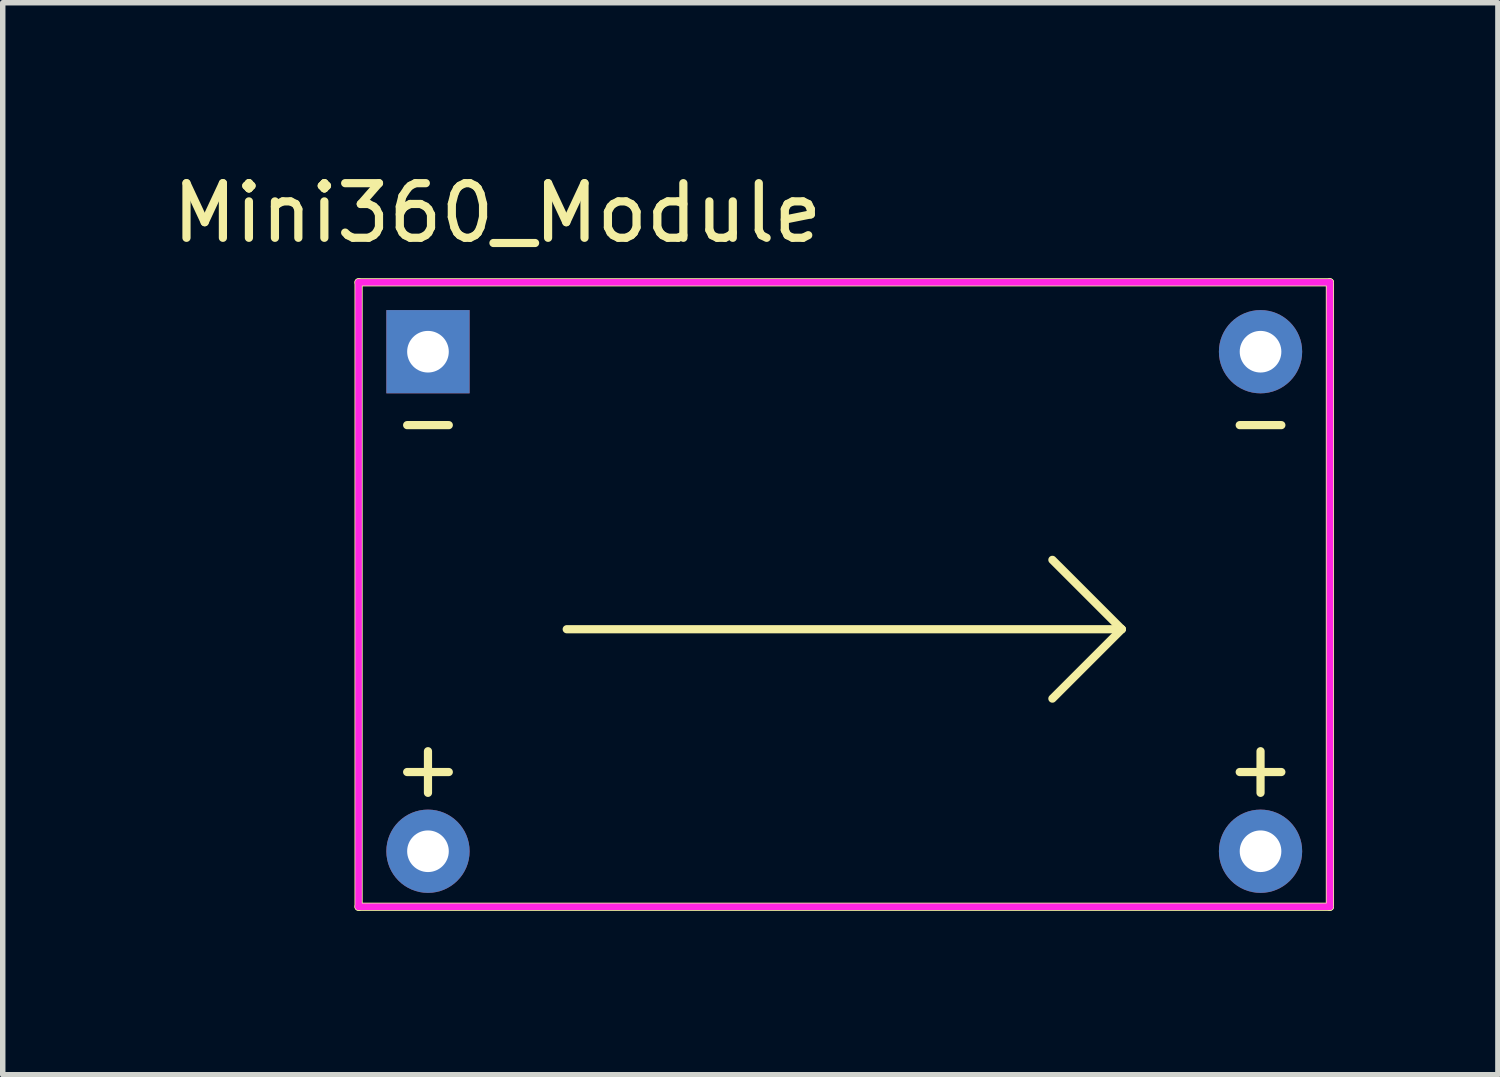
<source format=kicad_pcb>
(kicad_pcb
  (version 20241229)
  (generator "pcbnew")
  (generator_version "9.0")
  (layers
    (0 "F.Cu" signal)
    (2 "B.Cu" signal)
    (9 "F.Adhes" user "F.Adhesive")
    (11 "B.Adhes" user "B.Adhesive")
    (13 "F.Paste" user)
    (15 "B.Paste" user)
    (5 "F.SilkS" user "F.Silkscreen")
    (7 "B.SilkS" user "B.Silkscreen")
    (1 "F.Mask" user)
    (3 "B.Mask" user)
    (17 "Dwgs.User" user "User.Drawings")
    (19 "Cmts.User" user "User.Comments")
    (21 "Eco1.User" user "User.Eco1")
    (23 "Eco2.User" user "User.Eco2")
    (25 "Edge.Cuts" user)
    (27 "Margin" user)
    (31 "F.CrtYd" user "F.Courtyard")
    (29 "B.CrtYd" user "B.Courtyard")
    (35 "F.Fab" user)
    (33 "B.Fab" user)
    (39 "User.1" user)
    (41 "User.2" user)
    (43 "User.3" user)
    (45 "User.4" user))
  (footprint "Mini360_Module"
    (layer "F.Cu")
    (at 4.784 3.388)
    (property "Reference" "Mini360_Module" (at 1.27 -2.54 0) (layer "F.SilkS") (effects (font (size 1 1) (thickness 0.15))))
    (attr through_hole)
    (fp_line (start -1.27 -1.27) (end -1.27 10.16) (stroke (width 0.15) (type solid)) (layer "F.SilkS"))
    (fp_line (start -1.27 10.16) (end 16.51 10.16) (stroke (width 0.15) (type solid)) (layer "F.SilkS"))
    (fp_line (start 2.54 5.08) (end 12.7 5.08) (stroke (width 0.15) (type solid)) (layer "F.SilkS"))
    (fp_line (start 11.43 3.81) (end 12.7 5.08) (stroke (width 0.15) (type solid)) (layer "F.SilkS"))
    (fp_line (start 12.7 5.08) (end 11.43 6.35) (stroke (width 0.15) (type solid)) (layer "F.SilkS"))
    (fp_line (start 16.51 -1.27) (end -1.27 -1.27) (stroke (width 0.15) (type solid)) (layer "F.SilkS"))
    (fp_line (start 16.51 10.16) (end 16.51 -1.27) (stroke (width 0.15) (type solid)) (layer "F.SilkS"))
    (fp_line (start -1.27 -1.27) (end 16.51 -1.27) (stroke (width 0.12) (type solid)) (layer "F.CrtYd"))
    (fp_line (start -1.27 10.16) (end -1.27 -1.27) (stroke (width 0.12) (type solid)) (layer "F.CrtYd"))
    (fp_line (start 16.51 -1.27) (end 16.51 10.16) (stroke (width 0.12) (type solid)) (layer "F.CrtYd"))
    (fp_line (start 16.51 10.16) (end -1.27 10.16) (stroke (width 0.12) (type solid)) (layer "F.CrtYd"))
    (fp_text user "-" (at 15.24 1.27 0) (layer "F.SilkS") (effects (font (size 1 1) (thickness 0.15))))
    (fp_text user "+" (at 15.24 7.62 0) (layer "F.SilkS") (effects (font (size 1 1) (thickness 0.15))))
    (fp_text user "-" (at 0 1.27 0) (layer "F.SilkS") (effects (font (size 1 1) (thickness 0.15))))
    (fp_text user "+" (at 0 7.62 0) (layer "F.SilkS") (effects (font (size 1 1) (thickness 0.15))))
    (pad "1" thru_hole circle (at 0 9.144) (size 1.524 1.524) (drill 0.762) (layers "*.Cu" "*.Mask"))
    (pad "2" thru_hole rect (at 0 0) (size 1.524 1.524) (drill 0.762) (layers "*.Cu" "*.Mask"))
    (pad "3" thru_hole circle (at 15.24 9.144) (size 1.524 1.524) (drill 0.762) (layers "*.Cu" "*.Mask"))
    (pad "4" thru_hole circle (at 15.24 0) (size 1.524 1.524) (drill 0.762) (layers "*.Cu" "*.Mask")))
  (gr_rect
    (start -3 -3)
    (end 24.369 16.623)
    (stroke (width 0.1) (type default))
    (fill no)
    (layer "Edge.Cuts")))
</source>
